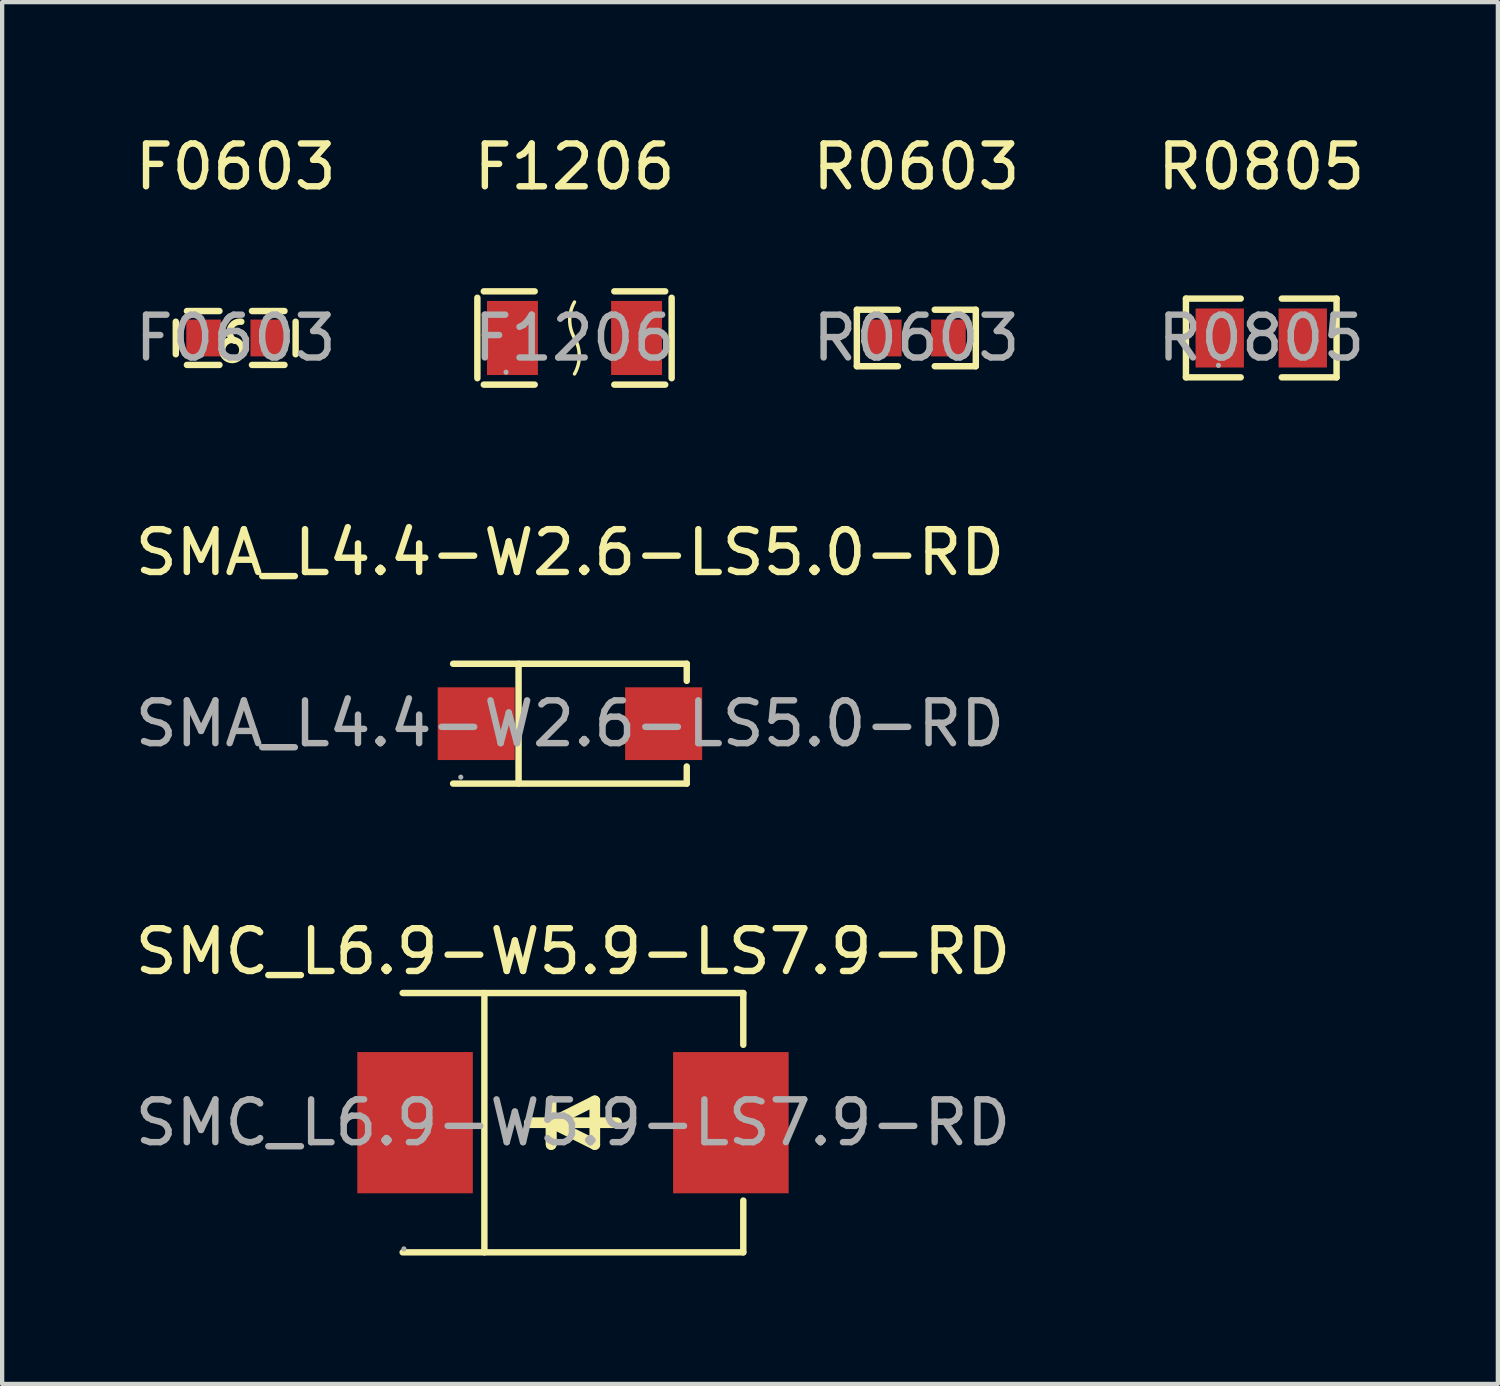
<source format=kicad_pcb>
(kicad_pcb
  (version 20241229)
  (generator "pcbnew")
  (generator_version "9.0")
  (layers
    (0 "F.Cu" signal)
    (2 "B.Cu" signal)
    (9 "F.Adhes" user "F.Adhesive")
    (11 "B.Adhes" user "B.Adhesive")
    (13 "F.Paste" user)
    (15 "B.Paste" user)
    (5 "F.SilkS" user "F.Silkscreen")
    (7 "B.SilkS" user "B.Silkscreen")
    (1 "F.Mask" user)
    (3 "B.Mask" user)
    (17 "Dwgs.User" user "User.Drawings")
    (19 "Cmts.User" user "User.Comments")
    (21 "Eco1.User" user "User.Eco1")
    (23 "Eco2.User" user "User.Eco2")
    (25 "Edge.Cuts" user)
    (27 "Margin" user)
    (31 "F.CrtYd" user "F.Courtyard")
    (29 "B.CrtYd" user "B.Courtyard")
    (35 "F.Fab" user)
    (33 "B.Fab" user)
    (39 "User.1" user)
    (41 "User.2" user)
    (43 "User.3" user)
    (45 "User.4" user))
  (footprint "SMC_L6.9-W5.9-LS7.9-RD"
    (layer "F.Cu")
    (at 10.339 23.185)
    (property "Reference" "SMC_L6.9-W5.9-LS7.9-RD" (at 0 -4 0) (layer "F.SilkS") (effects (font (size 1 1) (thickness 0.15))))
    (attr through_hole)
    (fp_line (start -3.98 -3.03) (end 3.98 -3.03) (stroke (width 0.15) (type solid)) (layer "F.SilkS"))
    (fp_line (start -3.98 3.03) (end 3.98 3.03) (stroke (width 0.15) (type solid)) (layer "F.SilkS"))
    (fp_line (start -2.07 -3.03) (end -2.07 3.03) (stroke (width 0.15) (type solid)) (layer "F.SilkS"))
    (fp_line (start -0.51 0) (end -0.51 0.51) (stroke (width 0.25) (type solid)) (layer "F.SilkS"))
    (fp_line (start -0.51 0) (end 0.51 0.51) (stroke (width 0.25) (type solid)) (layer "F.SilkS"))
    (fp_line (start -0.51 0.51) (end -0.51 -0.51) (stroke (width 0.25) (type solid)) (layer "F.SilkS"))
    (fp_line (start 0.51 -0.51) (end -0.51 0) (stroke (width 0.25) (type solid)) (layer "F.SilkS"))
    (fp_line (start 0.51 0.51) (end 0.51 -0.51) (stroke (width 0.25) (type solid)) (layer "F.SilkS"))
    (fp_line (start 1.02 0) (end -1.02 0) (stroke (width 0.25) (type solid)) (layer "F.SilkS"))
    (fp_line (start 3.98 -3.03) (end 3.98 -1.82) (stroke (width 0.15) (type solid)) (layer "F.SilkS"))
    (fp_line (start 3.98 3.03) (end 3.98 1.82) (stroke (width 0.15) (type solid)) (layer "F.SilkS"))
    (fp_circle (center -3.95 2.95) (end -3.92 2.95) (stroke (width 0.06) (type solid)) (fill no) (layer "F.Fab"))
    (fp_text user "${REFERENCE}" (at 0 0 0) (layer "F.Fab") (effects (font (size 1 1) (thickness 0.15))))
    (pad "1" smd rect (at -3.69 0) (size 2.7 3.3) (layers "F.Cu" "F.Mask" "F.Paste"))
    (pad "2" smd rect (at 3.69 0) (size 2.7 3.3) (layers "F.Cu" "F.Mask" "F.Paste")))
  (footprint "R0603"
    (layer "F.Cu")
    (at 18.363 4.848)
    (property "Reference" "R0603" (at 0 -4 0) (layer "F.SilkS") (effects (font (size 1 1) (thickness 0.15))))
    (attr through_hole)
    (fp_line (start -1.39 -0.66) (end -0.43 -0.66) (stroke (width 0.15) (type solid)) (layer "F.SilkS"))
    (fp_line (start -1.39 0.66) (end -1.39 -0.66) (stroke (width 0.15) (type solid)) (layer "F.SilkS"))
    (fp_line (start -0.43 0.66) (end -1.39 0.66) (stroke (width 0.15) (type solid)) (layer "F.SilkS"))
    (fp_line (start 0.43 0.66) (end 1.39 0.66) (stroke (width 0.15) (type solid)) (layer "F.SilkS"))
    (fp_line (start 1.39 -0.66) (end 0.43 -0.66) (stroke (width 0.15) (type solid)) (layer "F.SilkS"))
    (fp_line (start 1.39 0.66) (end 1.39 -0.66) (stroke (width 0.15) (type solid)) (layer "F.SilkS"))
    (fp_circle (center -0.8 0.4) (end -0.77 0.4) (stroke (width 0.06) (type solid)) (fill no) (layer "F.Fab"))
    (fp_text user "${REFERENCE}" (at 0 0 0) (layer "F.Fab") (effects (font (size 1 1) (thickness 0.15))))
    (pad "1" smd rect (at -0.75 0) (size 0.81 0.86) (layers "F.Cu" "F.Mask" "F.Paste"))
    (pad "2" smd rect (at 0.75 0) (size 0.81 0.86) (layers "F.Cu" "F.Mask" "F.Paste")))
  (footprint "R0805"
    (layer "F.Cu")
    (at 26.423 4.848)
    (property "Reference" "R0805" (at 0 -4 0) (layer "F.SilkS") (effects (font (size 1 1) (thickness 0.15))))
    (attr through_hole)
    (fp_line (start -1.76 -0.92) (end -0.48 -0.92) (stroke (width 0.15) (type solid)) (layer "F.SilkS"))
    (fp_line (start -1.76 0.92) (end -1.76 -0.92) (stroke (width 0.15) (type solid)) (layer "F.SilkS"))
    (fp_line (start -0.48 0.92) (end -1.76 0.92) (stroke (width 0.15) (type solid)) (layer "F.SilkS"))
    (fp_line (start 0.48 0.92) (end 1.76 0.92) (stroke (width 0.15) (type solid)) (layer "F.SilkS"))
    (fp_line (start 1.76 -0.92) (end 0.48 -0.92) (stroke (width 0.15) (type solid)) (layer "F.SilkS"))
    (fp_line (start 1.76 0.92) (end 1.76 -0.92) (stroke (width 0.15) (type solid)) (layer "F.SilkS"))
    (fp_circle (center -1 0.64) (end -0.97 0.64) (stroke (width 0.06) (type solid)) (fill no) (layer "F.Fab"))
    (fp_text user "${REFERENCE}" (at 0 0 0) (layer "F.Fab") (effects (font (size 1 1) (thickness 0.15))))
    (pad "1" smd rect (at -0.97 0) (size 1.13 1.38) (layers "F.Cu" "F.Mask" "F.Paste"))
    (pad "2" smd rect (at 0.97 0) (size 1.13 1.38) (layers "F.Cu" "F.Mask" "F.Paste")))
  (footprint "F0603"
    (layer "F.Cu")
    (at 2.458 4.848)
    (property "Reference" "F0603" (at 0 -4 0) (layer "F.SilkS") (effects (font (size 1 1) (thickness 0.15))))
    (attr through_hole)
    (fp_line (start -1.4 -0.38) (end -1.4 0.38) (stroke (width 0.15) (type solid)) (layer "F.SilkS"))
    (fp_line (start -0.38 -0.63) (end -1.14 -0.63) (stroke (width 0.15) (type solid)) (layer "F.SilkS"))
    (fp_line (start -0.38 0.63) (end -1.14 0.63) (stroke (width 0.15) (type solid)) (layer "F.SilkS"))
    (fp_line (start 0.38 -0.63) (end 1.14 -0.63) (stroke (width 0.15) (type solid)) (layer "F.SilkS"))
    (fp_line (start 0.38 0.63) (end 1.14 0.63) (stroke (width 0.15) (type solid)) (layer "F.SilkS"))
    (fp_line (start 1.4 -0.38) (end 1.4 0.38) (stroke (width 0.15) (type solid)) (layer "F.SilkS"))
    (fp_arc (start -0.134006 0.509092) (mid -0.027995 0.050445) (end -0.13 0.51) (stroke (width 0.15) (type solid)) (layer "F.SilkS"))
    (fp_arc (start -0.030294 0.063773) (mid -0.127483 -0.222168) (end 0.13 -0.38) (stroke (width 0.15) (type solid)) (layer "F.SilkS"))
    (fp_circle (center -0.8 0.4) (end -0.77 0.4) (stroke (width 0.06) (type solid)) (fill no) (layer "F.Fab"))
    (fp_text user "${REFERENCE}" (at 0 0 0) (layer "F.Fab") (effects (font (size 1 1) (thickness 0.15))))
    (pad "1" smd rect (at -0.75 0) (size 0.81 0.86) (layers "F.Cu" "F.Mask" "F.Paste"))
    (pad "2" smd rect (at 0.75 0) (size 0.81 0.86) (layers "F.Cu" "F.Mask" "F.Paste")))
  (footprint "F1206"
    (layer "F.Cu")
    (at 10.375 4.848)
    (property "Reference" "F1206" (at 0 -4 0) (layer "F.SilkS") (effects (font (size 1 1) (thickness 0.15))))
    (attr through_hole)
    (fp_line (start -2.27 -0.94) (end -2.27 0.94) (stroke (width 0.15) (type solid)) (layer "F.SilkS"))
    (fp_line (start -2.12 1.09) (end -0.93 1.09) (stroke (width 0.15) (type solid)) (layer "F.SilkS"))
    (fp_line (start -0.93 -1.09) (end -2.12 -1.09) (stroke (width 0.15) (type solid)) (layer "F.SilkS"))
    (fp_line (start 0.93 -1.09) (end 2.12 -1.09) (stroke (width 0.15) (type solid)) (layer "F.SilkS"))
    (fp_line (start 2.12 1.09) (end 0.93 1.09) (stroke (width 0.15) (type solid)) (layer "F.SilkS"))
    (fp_line (start 2.27 -0.94) (end 2.27 0.94) (stroke (width 0.15) (type solid)) (layer "F.SilkS"))
    (fp_arc (start -0.001269 -0.002199) (mid 0.112199 0.418731) (end 0 0.84) (stroke (width 0.08) (type solid)) (layer "F.SilkS"))
    (fp_arc (start 0.001269 0.002199) (mid -0.112199 -0.418731) (end 0 -0.84) (stroke (width 0.08) (type solid)) (layer "F.SilkS"))
    (fp_circle (center -1.6 0.8) (end -1.57 0.8) (stroke (width 0.06) (type solid)) (fill no) (layer "F.Fab"))
    (fp_text user "${REFERENCE}" (at 0 0 0) (layer "F.Fab") (effects (font (size 1 1) (thickness 0.15))))
    (pad "1" smd rect (at -1.45 0) (size 1.19 1.73) (layers "F.Cu" "F.Mask" "F.Paste"))
    (pad "2" smd rect (at 1.45 0) (size 1.19 1.73) (layers "F.Cu" "F.Mask" "F.Paste")))
  (footprint "SMA_L4.4-W2.6-LS5.0-RD"
    (layer "F.Cu")
    (at 10.268 13.861)
    (property "Reference" "SMA_L4.4-W2.6-LS5.0-RD" (at 0 -4 0) (layer "F.SilkS") (effects (font (size 1 1) (thickness 0.15))))
    (attr through_hole)
    (fp_line (start -2.73 -1.4) (end 2.73 -1.4) (stroke (width 0.15) (type solid)) (layer "F.SilkS"))
    (fp_line (start -2.73 1.4) (end 2.73 1.4) (stroke (width 0.15) (type solid)) (layer "F.SilkS"))
    (fp_line (start -1.2 -1.4) (end -1.2 1.4) (stroke (width 0.15) (type solid)) (layer "F.SilkS"))
    (fp_line (start 2.73 -1.4) (end 2.73 -1) (stroke (width 0.15) (type solid)) (layer "F.SilkS"))
    (fp_line (start 2.73 1.4) (end 2.73 1) (stroke (width 0.15) (type solid)) (layer "F.SilkS"))
    (fp_circle (center -2.55 1.25) (end -2.52 1.25) (stroke (width 0.06) (type solid)) (fill no) (layer "F.Fab"))
    (fp_text user "${REFERENCE}" (at 0 0 0) (layer "F.Fab") (effects (font (size 1 1) (thickness 0.15))))
    (pad "1" smd rect (at -2.19 0) (size 1.8 1.7) (layers "F.Cu" "F.Mask" "F.Paste"))
    (pad "2" smd rect (at 2.19 0) (size 1.8 1.7) (layers "F.Cu" "F.Mask" "F.Paste")))
  (gr_rect
    (start -3 -3)
    (end 31.952 29.29)
    (stroke (width 0.1) (type default))
    (fill no)
    (layer "Edge.Cuts")))
</source>
